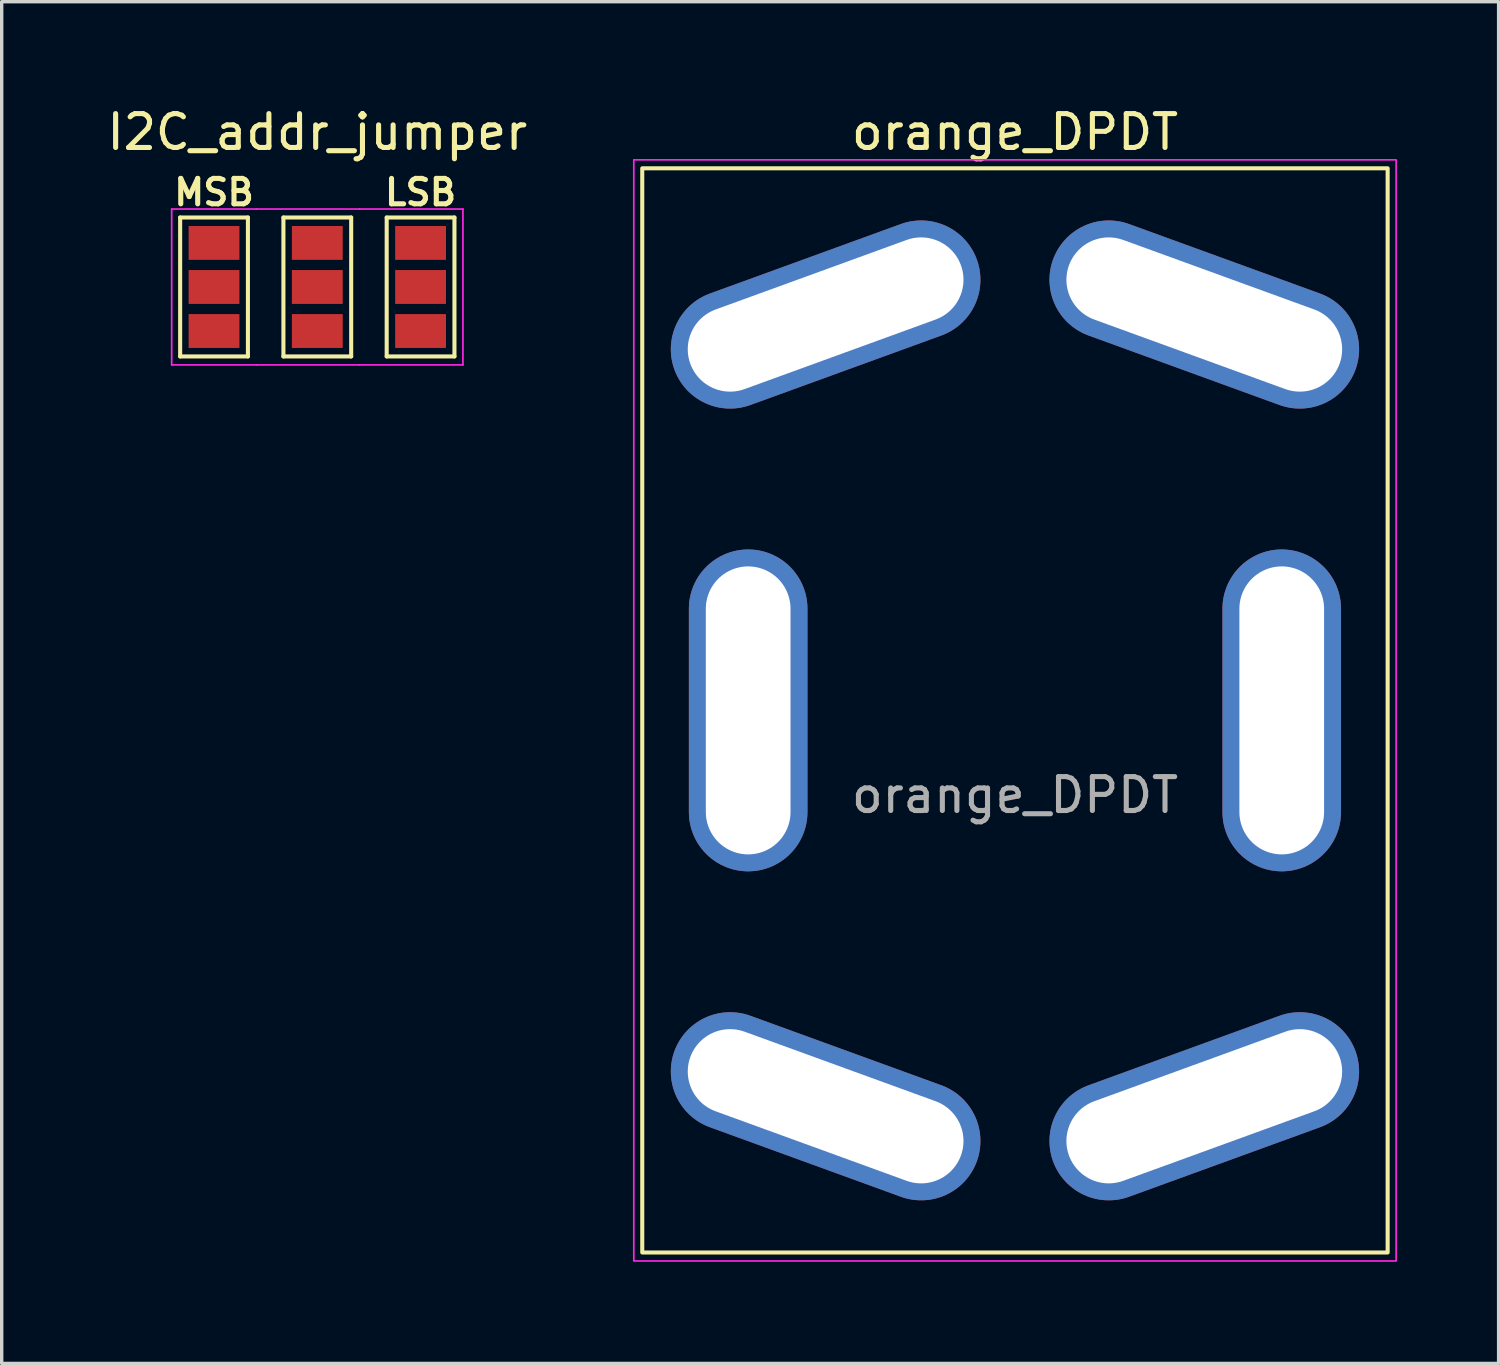
<source format=kicad_pcb>
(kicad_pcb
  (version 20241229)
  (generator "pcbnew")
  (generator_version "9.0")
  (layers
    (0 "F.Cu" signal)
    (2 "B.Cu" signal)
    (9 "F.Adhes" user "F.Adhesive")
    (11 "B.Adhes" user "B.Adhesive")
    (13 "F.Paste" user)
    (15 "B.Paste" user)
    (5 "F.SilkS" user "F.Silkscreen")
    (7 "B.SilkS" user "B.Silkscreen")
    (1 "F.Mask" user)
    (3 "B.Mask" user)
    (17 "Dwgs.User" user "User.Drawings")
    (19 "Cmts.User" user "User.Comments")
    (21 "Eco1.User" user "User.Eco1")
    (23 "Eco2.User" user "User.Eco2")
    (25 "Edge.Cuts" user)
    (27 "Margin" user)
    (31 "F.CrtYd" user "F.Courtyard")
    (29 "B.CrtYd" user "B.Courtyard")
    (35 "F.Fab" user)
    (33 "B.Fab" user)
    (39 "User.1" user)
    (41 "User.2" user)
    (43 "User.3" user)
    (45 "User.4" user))
  (footprint "I2C_addr_jumper"
    (layer "F.Cu")
    (at 6.315 5.42)
    (property "Reference" "I2C_addr_jumper" (at 0 -4.572 0) (layer "F.SilkS") (effects (font (size 1 1) (thickness 0.15))))
    (attr exclude_from_pos_files exclude_from_bom)
    (fp_line (start -4.048 -2.05) (end -2.048 -2.05) (stroke (width 0.12) (type solid)) (layer "F.SilkS"))
    (fp_line (start -4.048 2.05) (end -4.048 -2.05) (stroke (width 0.12) (type solid)) (layer "F.SilkS"))
    (fp_line (start -2.048 -2.05) (end -2.048 2.05) (stroke (width 0.12) (type solid)) (layer "F.SilkS"))
    (fp_line (start -2.048 2.05) (end -4.048 2.05) (stroke (width 0.12) (type solid)) (layer "F.SilkS"))
    (fp_line (start -1 -2.05) (end 1 -2.05) (stroke (width 0.12) (type solid)) (layer "F.SilkS"))
    (fp_line (start -1 2.05) (end -1 -2.05) (stroke (width 0.12) (type solid)) (layer "F.SilkS"))
    (fp_line (start 1 -2.05) (end 1 2.05) (stroke (width 0.12) (type solid)) (layer "F.SilkS"))
    (fp_line (start 1 2.05) (end -1 2.05) (stroke (width 0.12) (type solid)) (layer "F.SilkS"))
    (fp_line (start 2.048 -2.05) (end 4.048 -2.05) (stroke (width 0.12) (type solid)) (layer "F.SilkS"))
    (fp_line (start 2.048 2.05) (end 2.048 -2.05) (stroke (width 0.12) (type solid)) (layer "F.SilkS"))
    (fp_line (start 4.048 -2.05) (end 4.048 2.05) (stroke (width 0.12) (type solid)) (layer "F.SilkS"))
    (fp_line (start 4.048 2.05) (end 2.048 2.05) (stroke (width 0.12) (type solid)) (layer "F.SilkS"))
    (fp_line (start -4.298 2.3) (end -4.298 -2.3) (stroke (width 0.05) (type solid)) (layer "F.CrtYd"))
    (fp_line (start -4.298 2.3) (end -1.798 2.3) (stroke (width 0.05) (type solid)) (layer "F.CrtYd"))
    (fp_line (start -1.798 -2.3) (end -4.298 -2.3) (stroke (width 0.05) (type solid)) (layer "F.CrtYd"))
    (fp_line (start -1.798 2.3) (end 1.25 2.3) (stroke (width 0.05) (type solid)) (layer "F.CrtYd"))
    (fp_line (start 1.25 -2.3) (end -1.798 -2.3) (stroke (width 0.05) (type solid)) (layer "F.CrtYd"))
    (fp_line (start 1.25 2.3) (end 4.298 2.3) (stroke (width 0.05) (type solid)) (layer "F.CrtYd"))
    (fp_line (start 4.298 -2.3) (end 1.25 -2.3) (stroke (width 0.05) (type solid)) (layer "F.CrtYd"))
    (fp_line (start 4.298 -2.3) (end 4.298 2.3) (stroke (width 0.05) (type solid)) (layer "F.CrtYd"))
    (fp_text user "LSB" (at 3.048 -2.794 0) (unlocked yes) (layer "F.SilkS") (effects (font (size 0.75 0.75) (thickness 0.15))))
    (fp_text user "MSB" (at -3.048 -2.794 0) (unlocked yes) (layer "F.SilkS") (effects (font (size 0.75 0.75) (thickness 0.15))))
    (pad "1" smd rect (at -3.048 -1.3 270) (size 1 1.5) (layers "F.Cu" "F.Mask"))
    (pad "1" smd rect (at 0 -1.3 270) (size 1 1.5) (layers "F.Cu" "F.Mask"))
    (pad "1" smd rect (at 3.048 -1.3 270) (size 1 1.5) (layers "F.Cu" "F.Mask"))
    (pad "2" smd rect (at -3.048 1.3 270) (size 1 1.5) (layers "F.Cu" "F.Mask"))
    (pad "2" smd rect (at 0 1.3 270) (size 1 1.5) (layers "F.Cu" "F.Mask"))
    (pad "2" smd rect (at 3.048 1.3 270) (size 1 1.5) (layers "F.Cu" "F.Mask"))
    (pad "3" smd rect (at 3.048 0 270) (size 1 1.5) (layers "F.Cu" "F.Mask"))
    (pad "4" smd rect (at 0 0 270) (size 1 1.5) (layers "F.Cu" "F.Mask"))
    (pad "5" smd rect (at -3.048 0 270) (size 1 1.5) (layers "F.Cu" "F.Mask")))
  (footprint "orange_DPDT"
    (layer "F.Cu")
    (at 26.906 17.917)
    (property "Reference" "orange_DPDT" (at 0 -17.069 0) (unlocked yes) (layer "F.SilkS") (effects (font (size 1 1) (thickness 0.15))))
    (attr through_hole)
    (fp_rect (start -11 -16) (end 11 16) (stroke (width 0.12) (type solid)) (fill no) (layer "F.SilkS"))
    (fp_rect (start -11.25 -16.25) (end 11.25 16.25) (stroke (width 0.05) (type solid)) (fill no) (layer "F.CrtYd"))
    (fp_text user "${REFERENCE}" (at 0 2.5 0) (unlocked yes) (layer "F.Fab") (effects (font (size 1 1) (thickness 0.15))))
    (pad "1" thru_hole oval (at -5.588 11.684 70) (size 3.5 9.5) (drill oval 2.5 8.5) (layers "*.Cu" "*.Mask"))
    (pad "2" thru_hole oval (at -7.874 0) (size 3.5 9.5) (drill oval 2.5 8.5) (layers "*.Cu" "*.Mask"))
    (pad "3" thru_hole oval (at -5.588 -11.684 290) (size 3.5 9.5) (drill oval 2.5 8.5) (layers "*.Cu" "*.Mask"))
    (pad "4" thru_hole oval (at 5.588 11.684 290) (size 3.5 9.5) (drill oval 2.5 8.5) (layers "*.Cu" "*.Mask"))
    (pad "5" thru_hole oval (at 7.874 0) (size 3.5 9.5) (drill oval 2.5 8.5) (layers "*.Cu" "*.Mask"))
    (pad "6" thru_hole oval (at 5.588 -11.684 70) (size 3.5 9.5) (drill oval 2.5 8.5) (layers "*.Cu" "*.Mask")))
  (gr_rect
    (start -3 -3)
    (end 41.181 37.192)
    (stroke (width 0.1) (type default))
    (fill no)
    (layer "Edge.Cuts")))
</source>
